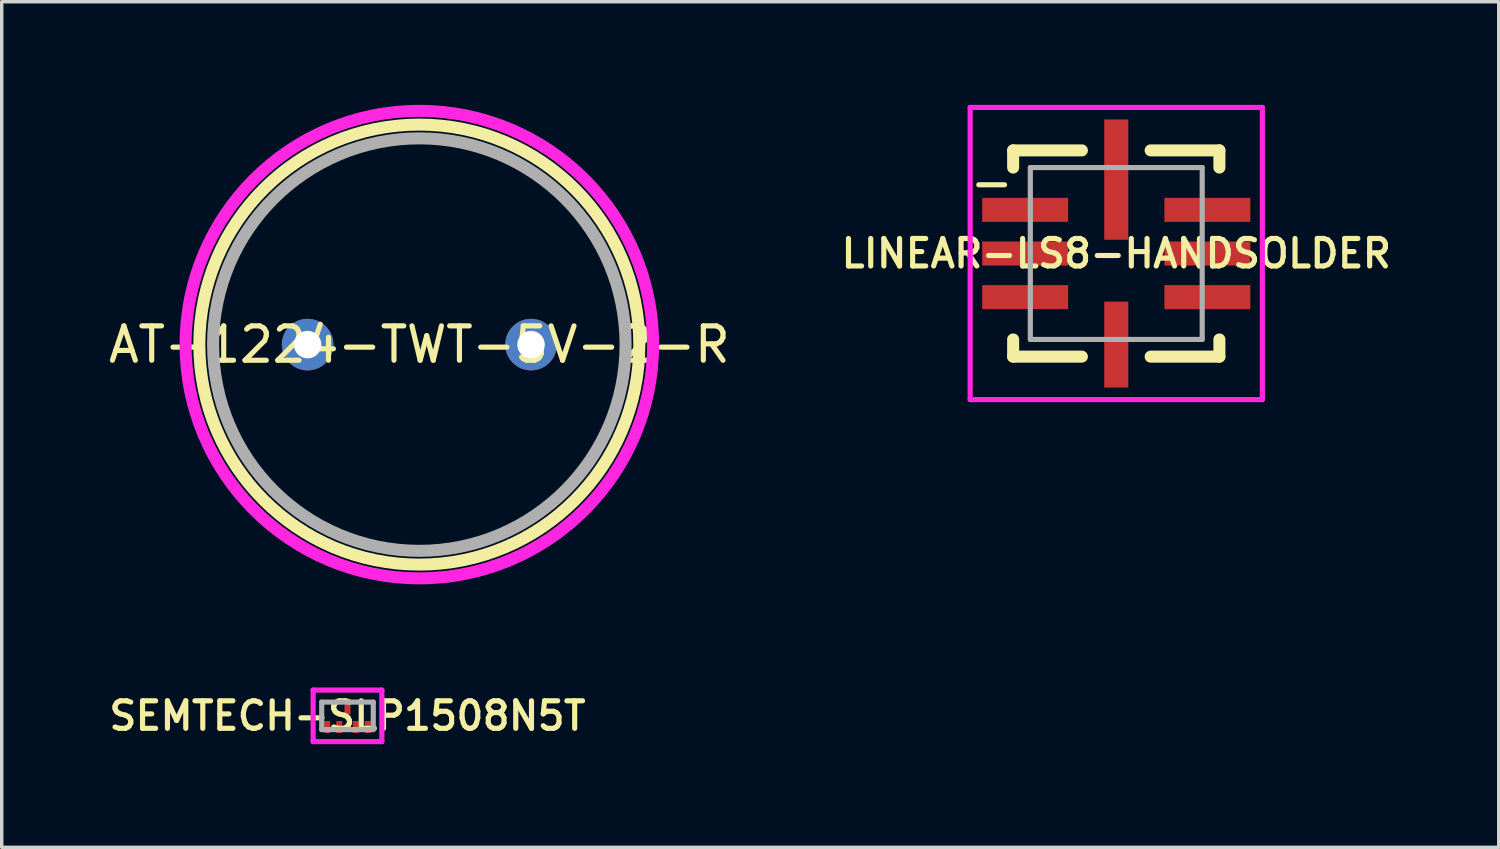
<source format=kicad_pcb>
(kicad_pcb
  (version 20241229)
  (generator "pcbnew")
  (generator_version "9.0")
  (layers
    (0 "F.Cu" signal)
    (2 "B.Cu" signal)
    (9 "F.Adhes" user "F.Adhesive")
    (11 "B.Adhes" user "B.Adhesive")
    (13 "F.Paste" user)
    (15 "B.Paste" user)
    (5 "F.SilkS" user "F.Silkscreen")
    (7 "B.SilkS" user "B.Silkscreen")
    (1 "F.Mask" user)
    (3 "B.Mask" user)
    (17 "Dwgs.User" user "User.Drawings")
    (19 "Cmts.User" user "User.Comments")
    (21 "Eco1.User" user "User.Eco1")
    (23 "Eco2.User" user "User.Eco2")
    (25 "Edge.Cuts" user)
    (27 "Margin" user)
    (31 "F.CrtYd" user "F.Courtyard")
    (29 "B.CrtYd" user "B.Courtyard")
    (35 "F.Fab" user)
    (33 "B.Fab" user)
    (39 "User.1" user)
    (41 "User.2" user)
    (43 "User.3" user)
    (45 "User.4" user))
  (footprint "SEMTECH-SLP1508N5T"
    (layer "F.Cu")
    (at 7.059 17.775)
    (property "Reference" "SEMTECH-SLP1508N5T" (at 0 0 0) (layer "F.SilkS") (effects (font (size 0.8 0.8) (thickness 0.15))))
    (attr through_hole)
    (fp_line (start -1 -0.75) (end 1 -0.75) (stroke (width 0.15) (type solid)) (layer "F.CrtYd"))
    (fp_line (start -1 0.75) (end -1 -0.75) (stroke (width 0.15) (type solid)) (layer "F.CrtYd"))
    (fp_line (start 1 -0.75) (end 1 0.75) (stroke (width 0.15) (type solid)) (layer "F.CrtYd"))
    (fp_line (start 1 0.75) (end -1 0.75) (stroke (width 0.15) (type solid)) (layer "F.CrtYd"))
    (fp_line (start -0.75 -0.4) (end -0.75 0.4) (stroke (width 0.15) (type solid)) (layer "F.Fab"))
    (fp_line (start -0.75 0.4) (end 0.75 0.4) (stroke (width 0.15) (type solid)) (layer "F.Fab"))
    (fp_line (start 0.75 -0.4) (end -0.75 -0.4) (stroke (width 0.15) (type solid)) (layer "F.Fab"))
    (fp_line (start 0.75 0.4) (end 0.75 -0.4) (stroke (width 0.15) (type solid)) (layer "F.Fab"))
    (pad "1" smd rect (at -0.59 0.325) (size 0.175 0.35) (layers "F.Cu" "F.Mask" "F.Paste"))
    (pad "2" smd rect (at -0.24 0.325) (size 0.175 0.35) (layers "F.Cu" "F.Mask" "F.Paste"))
    (pad "3" smd rect (at 0.24 0.325) (size 0.175 0.35) (layers "F.Cu" "F.Mask" "F.Paste"))
    (pad "4" smd rect (at 0.59 0.325) (size 0.175 0.35) (layers "F.Cu" "F.Mask" "F.Paste"))
    (pad "5" smd rect (at 0 -0.275) (size 0.175 0.45) (layers "F.Cu" "F.Mask" "F.Paste")))
  (footprint "AT-1224-TWT-5V-2-R"
    (layer "F.Cu")
    (at 9.149 6.975)
    (property "Reference" "AT-1224-TWT-5V-2-R" (at 0 0 0) (layer "F.SilkS") (effects (font (size 1 1) (thickness 0.15))))
    (attr through_hole)
    (fp_circle (center 0 0) (end 6.4 0) (stroke (width 0.35) (type solid)) (fill no) (layer "F.SilkS"))
    (fp_circle (center 0 0) (end 6.8 0) (stroke (width 0.35) (type solid)) (fill no) (layer "F.CrtYd"))
    (fp_circle (center 0 0) (end 6 0) (stroke (width 0.35) (type solid)) (fill no) (layer "F.Fab"))
    (pad "1" thru_hole circle (at -3.25 0) (size 1.5 1.5) (drill 0.8) (layers "*.Cu" "*.Mask"))
    (pad "2" thru_hole circle (at 3.25 0) (size 1.5 1.5) (drill 0.8) (layers "*.Cu" "*.Mask")))
  (footprint "LINEAR-LS8-HANDSOLDER"
    (layer "F.Cu")
    (at 29.424 4.325)
    (property "Reference" "LINEAR-LS8-HANDSOLDER" (at 0 0 0) (layer "F.SilkS") (effects (font (size 0.8 0.8) (thickness 0.15))))
    (attr smd)
    (fp_line (start -3.25 -2) (end -4 -2) (stroke (width 0.15) (type solid)) (layer "F.SilkS"))
    (fp_line (start -3 -3) (end -1 -3) (stroke (width 0.35) (type solid)) (layer "F.SilkS"))
    (fp_line (start -3 -2.5) (end -3 -3) (stroke (width 0.35) (type solid)) (layer "F.SilkS"))
    (fp_line (start -3 3) (end -3 2.5) (stroke (width 0.35) (type solid)) (layer "F.SilkS"))
    (fp_line (start -1 3) (end -3 3) (stroke (width 0.35) (type solid)) (layer "F.SilkS"))
    (fp_line (start 1 -3) (end 3 -3) (stroke (width 0.35) (type solid)) (layer "F.SilkS"))
    (fp_line (start 3 -3) (end 3 -2.5) (stroke (width 0.35) (type solid)) (layer "F.SilkS"))
    (fp_line (start 3 2.5) (end 3 3) (stroke (width 0.35) (type solid)) (layer "F.SilkS"))
    (fp_line (start 3 3) (end 1 3) (stroke (width 0.35) (type solid)) (layer "F.SilkS"))
    (fp_line (start -4.25 -4.25) (end -4.25 4.25) (stroke (width 0.15) (type solid)) (layer "F.CrtYd"))
    (fp_line (start -4.25 4.25) (end 4.25 4.25) (stroke (width 0.15) (type solid)) (layer "F.CrtYd"))
    (fp_line (start 4.25 -4.25) (end -4.25 -4.25) (stroke (width 0.15) (type solid)) (layer "F.CrtYd"))
    (fp_line (start 4.25 4.25) (end 4.25 -4.25) (stroke (width 0.15) (type solid)) (layer "F.CrtYd"))
    (fp_line (start -2.5 -2.5) (end 2.5 -2.5) (stroke (width 0.15) (type solid)) (layer "F.Fab"))
    (fp_line (start -2.5 2.5) (end -2.5 -2.5) (stroke (width 0.15) (type solid)) (layer "F.Fab"))
    (fp_line (start 2.5 -2.5) (end 2.5 2.5) (stroke (width 0.15) (type solid)) (layer "F.Fab"))
    (fp_line (start 2.5 2.5) (end -2.5 2.5) (stroke (width 0.15) (type solid)) (layer "F.Fab"))
    (pad "1" smd rect (at -2.65 -1.27) (size 2.5 0.7) (layers "F.Cu" "F.Mask" "F.Paste"))
    (pad "2" smd rect (at -2.65 0) (size 2.5 0.7) (layers "F.Cu" "F.Mask" "F.Paste"))
    (pad "3" smd rect (at -2.65 1.27) (size 2.5 0.7) (layers "F.Cu" "F.Mask" "F.Paste"))
    (pad "4" smd rect (at 0 2.65) (size 0.7 2.5) (layers "F.Cu" "F.Mask" "F.Paste"))
    (pad "5" smd rect (at 2.65 1.27) (size 2.5 0.7) (layers "F.Cu" "F.Mask" "F.Paste"))
    (pad "6" smd rect (at 2.65 0) (size 2.5 0.7) (layers "F.Cu" "F.Mask" "F.Paste"))
    (pad "7" smd rect (at 2.65 -1.27) (size 2.5 0.7) (layers "F.Cu" "F.Mask" "F.Paste"))
    (pad "8" smd rect (at 0 -2.15) (size 0.7 3.5) (layers "F.Cu" "F.Mask" "F.Paste")))
  (gr_rect
    (start -3 -3)
    (end 40.55 21.6)
    (stroke (width 0.1) (type default))
    (fill no)
    (layer "Edge.Cuts")))
</source>
